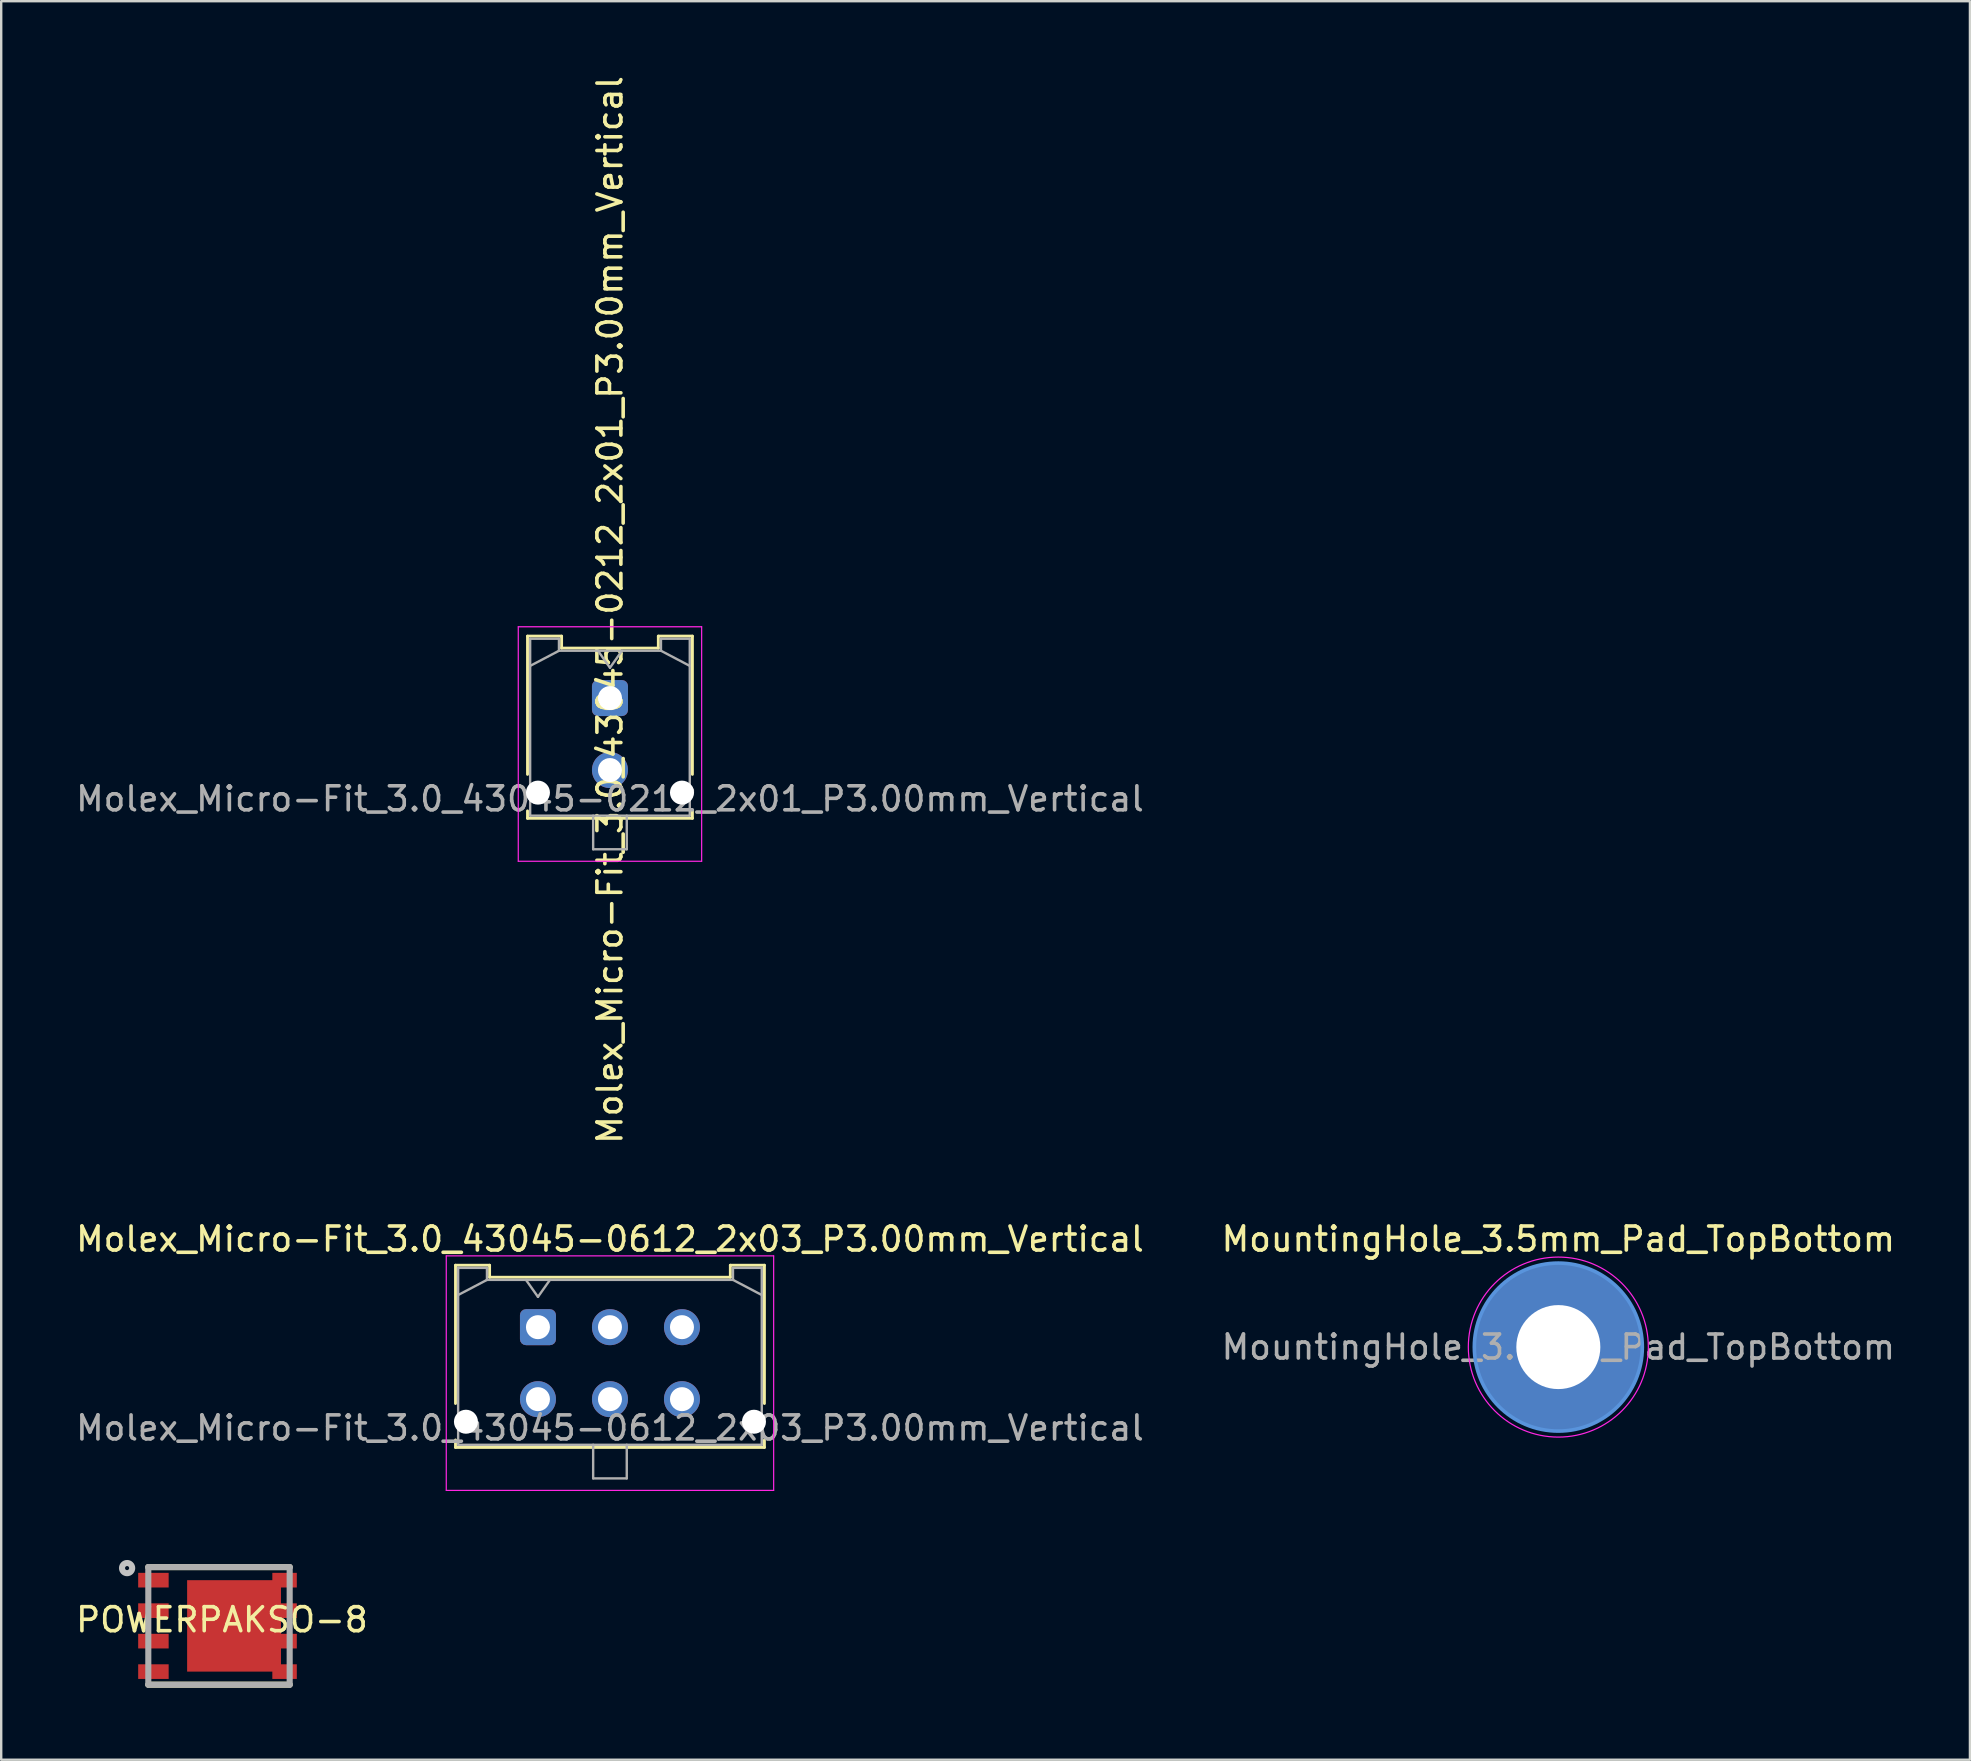
<source format=kicad_pcb>
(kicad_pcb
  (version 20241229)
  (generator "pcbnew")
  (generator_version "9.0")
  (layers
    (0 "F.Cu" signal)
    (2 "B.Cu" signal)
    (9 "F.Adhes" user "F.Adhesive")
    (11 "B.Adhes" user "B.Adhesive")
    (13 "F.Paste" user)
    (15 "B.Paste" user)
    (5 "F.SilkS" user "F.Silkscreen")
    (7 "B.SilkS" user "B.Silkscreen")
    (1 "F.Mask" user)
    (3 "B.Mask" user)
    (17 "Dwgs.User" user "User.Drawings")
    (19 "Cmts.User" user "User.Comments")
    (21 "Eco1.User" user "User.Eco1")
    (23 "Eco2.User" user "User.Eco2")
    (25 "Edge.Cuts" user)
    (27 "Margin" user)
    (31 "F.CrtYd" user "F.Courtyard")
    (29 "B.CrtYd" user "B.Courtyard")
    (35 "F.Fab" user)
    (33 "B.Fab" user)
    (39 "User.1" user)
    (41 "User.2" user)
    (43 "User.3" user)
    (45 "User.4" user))
  (footprint "Molex_Micro-Fit_3.0_43045-0212_2x01_P3.00mm_Vertical"
    (layer "F.Cu")
    (at 22.363 26.033)
    (property "Reference" "Molex_Micro-Fit_3.0_43045-0212_2x01_P3.00mm_Vertical" (at 0 -3.67 270) (layer "F.SilkS") (effects (font (size 1 1) (thickness 0.15))))
    (attr through_hole exclude_from_pos_files)
    (fp_line (start -3.435 -2.58) (end -2.015 -2.58) (stroke (width 0.12) (type solid)) (layer "F.SilkS"))
    (fp_line (start -3.435 3.18) (end -3.435 -2.58) (stroke (width 0.12) (type solid)) (layer "F.SilkS"))
    (fp_line (start -3.435 4.7) (end -3.435 5.01) (stroke (width 0.12) (type solid)) (layer "F.SilkS"))
    (fp_line (start -3.435 5.01) (end 3.435 5.01) (stroke (width 0.12) (type solid)) (layer "F.SilkS"))
    (fp_line (start -2.015 -2.58) (end -2.015 -2.08) (stroke (width 0.12) (type solid)) (layer "F.SilkS"))
    (fp_line (start -2.015 -2.08) (end 2.015 -2.08) (stroke (width 0.12) (type solid)) (layer "F.SilkS"))
    (fp_line (start 2.015 -2.58) (end 3.435 -2.58) (stroke (width 0.12) (type solid)) (layer "F.SilkS"))
    (fp_line (start 2.015 -2.08) (end 2.015 -2.58) (stroke (width 0.12) (type solid)) (layer "F.SilkS"))
    (fp_line (start 3.435 -2.58) (end 3.435 3.18) (stroke (width 0.12) (type solid)) (layer "F.SilkS"))
    (fp_line (start 3.435 5.01) (end 3.435 4.7) (stroke (width 0.12) (type solid)) (layer "F.SilkS"))
    (fp_line (start -3.82 -2.97) (end 3.82 -2.97) (stroke (width 0.05) (type solid)) (layer "F.CrtYd"))
    (fp_line (start -3.82 6.8) (end -3.82 -2.97) (stroke (width 0.05) (type solid)) (layer "F.CrtYd"))
    (fp_line (start 3.82 -2.97) (end 3.82 6.8) (stroke (width 0.05) (type solid)) (layer "F.CrtYd"))
    (fp_line (start 3.82 6.8) (end -3.82 6.8) (stroke (width 0.05) (type solid)) (layer "F.CrtYd"))
    (fp_line (start -3.325 -2.47) (end -3.325 4.9) (stroke (width 0.1) (type solid)) (layer "F.Fab"))
    (fp_line (start -3.325 -1.34) (end -2.125 -1.97) (stroke (width 0.1) (type solid)) (layer "F.Fab"))
    (fp_line (start -3.325 4.9) (end 3.325 4.9) (stroke (width 0.1) (type solid)) (layer "F.Fab"))
    (fp_line (start -2.125 -2.47) (end -3.325 -2.47) (stroke (width 0.1) (type solid)) (layer "F.Fab"))
    (fp_line (start -2.125 -1.97) (end -2.125 -2.47) (stroke (width 0.1) (type solid)) (layer "F.Fab"))
    (fp_line (start -0.7 4.9) (end -0.7 6.3) (stroke (width 0.1) (type solid)) (layer "F.Fab"))
    (fp_line (start -0.7 6.3) (end 0.7 6.3) (stroke (width 0.1) (type solid)) (layer "F.Fab"))
    (fp_line (start -0.5 -1.97) (end 0 -1.263) (stroke (width 0.1) (type solid)) (layer "F.Fab"))
    (fp_line (start 0 -1.263) (end 0.5 -1.97) (stroke (width 0.1) (type solid)) (layer "F.Fab"))
    (fp_line (start 0.7 6.3) (end 0.7 4.9) (stroke (width 0.1) (type solid)) (layer "F.Fab"))
    (fp_line (start 2.125 -2.47) (end 2.125 -1.97) (stroke (width 0.1) (type solid)) (layer "F.Fab"))
    (fp_line (start 2.125 -1.97) (end -2.125 -1.97) (stroke (width 0.1) (type solid)) (layer "F.Fab"))
    (fp_line (start 3.325 -2.47) (end 2.125 -2.47) (stroke (width 0.1) (type solid)) (layer "F.Fab"))
    (fp_line (start 3.325 -1.34) (end 2.125 -1.97) (stroke (width 0.1) (type solid)) (layer "F.Fab"))
    (fp_line (start 3.325 4.9) (end 3.325 -2.47) (stroke (width 0.1) (type solid)) (layer "F.Fab"))
    (fp_text user "${REFERENCE}" (at 0 4.2 0) (layer "F.Fab") (effects (font (size 1 1) (thickness 0.15))))
    (pad "" np_thru_hole circle (at -3 3.94) (size 1 1) (drill 1) (layers "*.Cu" "*.Mask"))
    (pad "" np_thru_hole circle (at 3 3.94) (size 1 1) (drill 1) (layers "*.Cu" "*.Mask"))
    (pad "1" thru_hole roundrect (at 0 0) (size 1.5 1.5) (drill 1) (layers "*.Cu" "*.Mask") (roundrect_rratio 0.167))
    (pad "2" thru_hole circle (at 0 3) (size 1.5 1.5) (drill 1) (layers "*.Cu" "*.Mask")))
  (footprint "POWERPAKSO-8"
    (layer "F.Cu")
    (at 6.074 64.69)
    (property "Reference" "POWERPAKSO-8" (at 0.122 -0.256 0) (layer "F.SilkS") (effects (font (size 1 1) (thickness 0.15))))
    (attr smd)
    (fp_line (start -2.945 -2.45) (end 2.945 -2.45) (stroke (width 0.254) (type solid)) (layer "F.SilkS"))
    (fp_line (start -2.945 2.45) (end 2.945 2.45) (stroke (width 0.254) (type solid)) (layer "F.SilkS"))
    (fp_circle (center -3.829 -2.408) (end -3.744 -2.408) (stroke (width 0.254) (type solid)) (fill no) (layer "Dwgs.User"))
    (fp_line (start -2.945 -2.45) (end 2.945 -2.45) (stroke (width 0.254) (type solid)) (layer "F.Fab"))
    (fp_line (start -2.945 2.45) (end -2.945 -2.45) (stroke (width 0.254) (type solid)) (layer "F.Fab"))
    (fp_line (start 2.945 -2.45) (end 2.945 2.45) (stroke (width 0.254) (type solid)) (layer "F.Fab"))
    (fp_line (start 2.945 2.45) (end -2.945 2.45) (stroke (width 0.254) (type solid)) (layer "F.Fab"))
    (pad "1" smd rect (at -2.732 -1.905) (size 1.27 0.61) (layers "F.Cu" "F.Mask" "F.Paste"))
    (pad "2" smd rect (at -2.732 -0.635) (size 1.27 0.61) (layers "F.Cu" "F.Mask" "F.Paste"))
    (pad "3" smd rect (at -2.732 0.635) (size 1.27 0.61) (layers "F.Cu" "F.Mask" "F.Paste"))
    (pad "4" smd rect (at -2.732 1.905) (size 1.27 0.61) (layers "F.Cu" "F.Mask" "F.Paste"))
    (pad "5" smd rect (at 2.732 1.905) (size 1.02 0.61) (layers "F.Cu" "F.Mask" "F.Paste"))
    (pad "6" smd rect (at 2.732 0.635) (size 1.02 0.61) (layers "F.Cu" "F.Mask" "F.Paste"))
    (pad "7" smd rect (at 2.732 -0.635) (size 1.02 0.61) (layers "F.Cu" "F.Mask" "F.Paste"))
    (pad "8" smd rect (at 2.732 -1.905) (size 1.02 0.61) (layers "F.Cu" "F.Mask" "F.Paste"))
    (pad "9" smd rect (at 0.627 0) (size 3.91 3.81) (layers "F.Cu" "F.Mask" "F.Paste")))
  (footprint "Molex_Micro-Fit_3.0_43045-0612_2x03_P3.00mm_Vertical"
    (layer "F.Cu")
    (at 19.363 52.244)
    (property "Reference" "Molex_Micro-Fit_3.0_43045-0612_2x03_P3.00mm_Vertical" (at 3 -3.67 180) (layer "F.SilkS") (effects (font (size 1 1) (thickness 0.15))))
    (attr through_hole exclude_from_pos_files)
    (fp_line (start -3.435 -2.58) (end -2.015 -2.58) (stroke (width 0.12) (type solid)) (layer "F.SilkS"))
    (fp_line (start -3.435 3.18) (end -3.435 -2.58) (stroke (width 0.12) (type solid)) (layer "F.SilkS"))
    (fp_line (start -3.435 4.7) (end -3.435 5.01) (stroke (width 0.12) (type solid)) (layer "F.SilkS"))
    (fp_line (start -3.435 5.01) (end 9.435 5.01) (stroke (width 0.12) (type solid)) (layer "F.SilkS"))
    (fp_line (start -2.015 -2.58) (end -2.015 -2.08) (stroke (width 0.12) (type solid)) (layer "F.SilkS"))
    (fp_line (start -2.015 -2.08) (end 8.015 -2.08) (stroke (width 0.12) (type solid)) (layer "F.SilkS"))
    (fp_line (start 8.015 -2.58) (end 9.435 -2.58) (stroke (width 0.12) (type solid)) (layer "F.SilkS"))
    (fp_line (start 8.015 -2.08) (end 8.015 -2.58) (stroke (width 0.12) (type solid)) (layer "F.SilkS"))
    (fp_line (start 9.435 -2.58) (end 9.435 3.18) (stroke (width 0.12) (type solid)) (layer "F.SilkS"))
    (fp_line (start 9.435 5.01) (end 9.435 4.7) (stroke (width 0.12) (type solid)) (layer "F.SilkS"))
    (fp_line (start -3.82 -2.97) (end 9.82 -2.97) (stroke (width 0.05) (type solid)) (layer "F.CrtYd"))
    (fp_line (start -3.82 6.8) (end -3.82 -2.97) (stroke (width 0.05) (type solid)) (layer "F.CrtYd"))
    (fp_line (start 9.82 -2.97) (end 9.82 6.8) (stroke (width 0.05) (type solid)) (layer "F.CrtYd"))
    (fp_line (start 9.82 6.8) (end -3.82 6.8) (stroke (width 0.05) (type solid)) (layer "F.CrtYd"))
    (fp_line (start -3.325 -2.47) (end -3.325 4.9) (stroke (width 0.1) (type solid)) (layer "F.Fab"))
    (fp_line (start -3.325 -1.34) (end -2.125 -1.97) (stroke (width 0.1) (type solid)) (layer "F.Fab"))
    (fp_line (start -3.325 4.9) (end 9.325 4.9) (stroke (width 0.1) (type solid)) (layer "F.Fab"))
    (fp_line (start -2.125 -2.47) (end -3.325 -2.47) (stroke (width 0.1) (type solid)) (layer "F.Fab"))
    (fp_line (start -2.125 -1.97) (end -2.125 -2.47) (stroke (width 0.1) (type solid)) (layer "F.Fab"))
    (fp_line (start -0.5 -1.97) (end 0 -1.263) (stroke (width 0.1) (type solid)) (layer "F.Fab"))
    (fp_line (start 0 -1.263) (end 0.5 -1.97) (stroke (width 0.1) (type solid)) (layer "F.Fab"))
    (fp_line (start 2.3 4.9) (end 2.3 6.3) (stroke (width 0.1) (type solid)) (layer "F.Fab"))
    (fp_line (start 2.3 6.3) (end 3.7 6.3) (stroke (width 0.1) (type solid)) (layer "F.Fab"))
    (fp_line (start 3.7 6.3) (end 3.7 4.9) (stroke (width 0.1) (type solid)) (layer "F.Fab"))
    (fp_line (start 8.125 -2.47) (end 8.125 -1.97) (stroke (width 0.1) (type solid)) (layer "F.Fab"))
    (fp_line (start 8.125 -1.97) (end -2.125 -1.97) (stroke (width 0.1) (type solid)) (layer "F.Fab"))
    (fp_line (start 9.325 -2.47) (end 8.125 -2.47) (stroke (width 0.1) (type solid)) (layer "F.Fab"))
    (fp_line (start 9.325 -1.34) (end 8.125 -1.97) (stroke (width 0.1) (type solid)) (layer "F.Fab"))
    (fp_line (start 9.325 4.9) (end 9.325 -2.47) (stroke (width 0.1) (type solid)) (layer "F.Fab"))
    (fp_text user "${REFERENCE}" (at 3 4.2 180) (layer "F.Fab") (effects (font (size 1 1) (thickness 0.15))))
    (pad "" np_thru_hole circle (at -3 3.94) (size 1 1) (drill 1) (layers "*.Cu" "*.Mask"))
    (pad "" np_thru_hole circle (at 9 3.94) (size 1 1) (drill 1) (layers "*.Cu" "*.Mask"))
    (pad "1" thru_hole roundrect (at 0 0) (size 1.5 1.5) (drill 1) (layers "*.Cu" "*.Mask") (roundrect_rratio 0.167))
    (pad "2" thru_hole circle (at 3 0) (size 1.5 1.5) (drill 1) (layers "*.Cu" "*.Mask"))
    (pad "3" thru_hole circle (at 6 0) (size 1.5 1.5) (drill 1) (layers "*.Cu" "*.Mask"))
    (pad "4" thru_hole circle (at 0 3) (size 1.5 1.5) (drill 1) (layers "*.Cu" "*.Mask"))
    (pad "5" thru_hole circle (at 3 3) (size 1.5 1.5) (drill 1) (layers "*.Cu" "*.Mask"))
    (pad "6" thru_hole circle (at 6 3) (size 1.5 1.5) (drill 1) (layers "*.Cu" "*.Mask")))
  (footprint "MountingHole_3.5mm_Pad_TopBottom"
    (layer "F.Cu")
    (at 61.875 53.074)
    (property "Reference" "MountingHole_3.5mm_Pad_TopBottom" (at 0 -4.5 0) (layer "F.SilkS") (effects (font (size 1 1) (thickness 0.15))))
    (attr exclude_from_pos_files exclude_from_bom)
    (fp_circle (center 0 0) (end 3.5 0) (stroke (width 0.15) (type solid)) (fill no) (layer "Cmts.User"))
    (fp_circle (center 0 0) (end 3.75 0) (stroke (width 0.05) (type solid)) (fill no) (layer "F.CrtYd"))
    (fp_text user "${REFERENCE}" (at 0 0 0) (layer "F.Fab") (effects (font (size 1 1) (thickness 0.15))))
    (pad "1" thru_hole circle (at 0 0) (size 3.9 3.9) (drill 3.5) (layers "*.Cu" "*.Mask"))
    (pad "1" connect circle (at 0 0) (size 7 7) (layers "F.Cu" "F.Mask"))
    (pad "1" connect circle (at 0 0) (size 7 7) (layers "B.Cu" "B.Mask")))
  (gr_rect
    (start -3 -3)
    (end 79.024 70.267)
    (stroke (width 0.1) (type default))
    (fill no)
    (layer "Edge.Cuts")))
</source>
